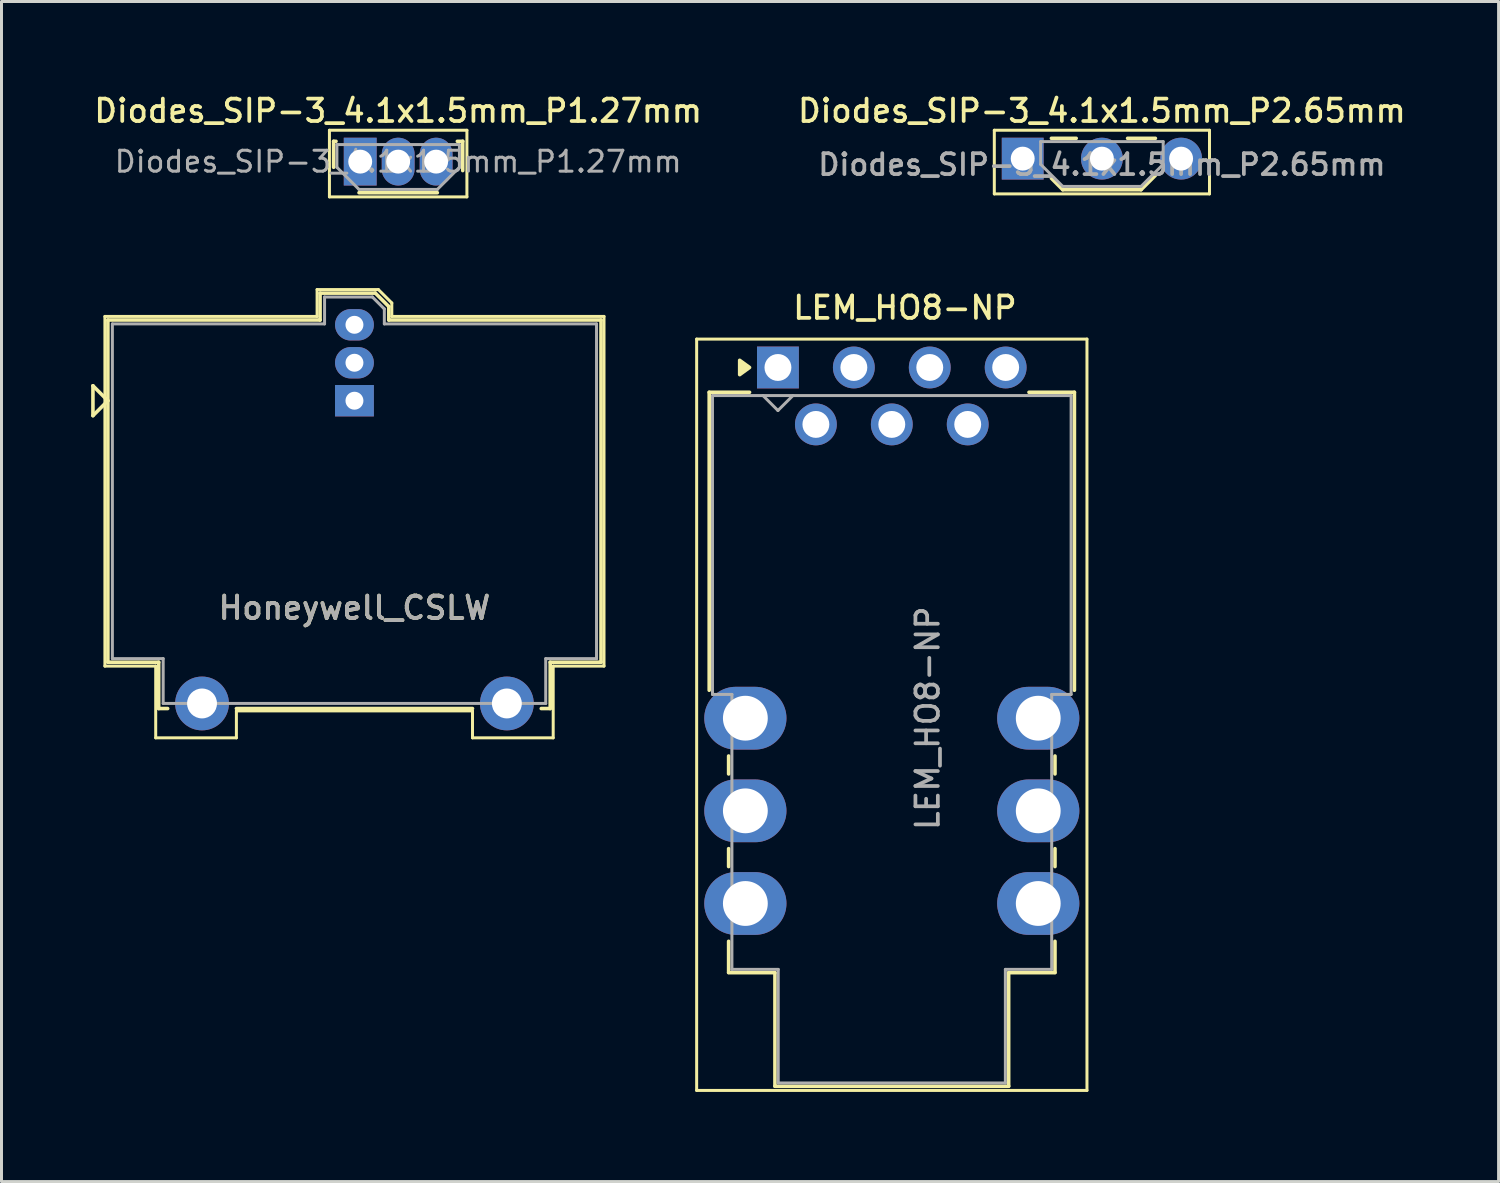
<source format=kicad_pcb>
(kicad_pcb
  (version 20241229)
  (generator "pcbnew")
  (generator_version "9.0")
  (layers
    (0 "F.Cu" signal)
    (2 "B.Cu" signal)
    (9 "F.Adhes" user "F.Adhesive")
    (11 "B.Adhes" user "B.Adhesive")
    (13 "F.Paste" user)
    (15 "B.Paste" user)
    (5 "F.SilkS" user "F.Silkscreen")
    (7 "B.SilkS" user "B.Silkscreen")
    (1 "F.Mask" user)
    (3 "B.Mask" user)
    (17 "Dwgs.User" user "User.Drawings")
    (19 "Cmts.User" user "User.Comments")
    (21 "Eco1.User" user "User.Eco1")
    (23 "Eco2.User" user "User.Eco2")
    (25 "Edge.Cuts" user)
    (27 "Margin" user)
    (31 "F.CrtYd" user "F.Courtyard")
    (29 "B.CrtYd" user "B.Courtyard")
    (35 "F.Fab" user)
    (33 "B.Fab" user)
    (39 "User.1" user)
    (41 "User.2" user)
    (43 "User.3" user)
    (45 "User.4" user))
  (footprint "Honeywell_CSLW"
    (layer "F.Cu")
    (at 8.81 10.358)
    (property "Reference" "Honeywell_CSLW" (at 0 6.93 0) (layer "F.SilkS") (effects (font (size 0.75 0.75) (thickness 0.125))))
    (attr through_hole)
    (fp_line (start -8.75 0.5) (end -8.75 -0.5) (stroke (width 0.12) (type solid)) (layer "F.SilkS"))
    (fp_line (start -8.35 -2.82) (end -8.35 8.88) (stroke (width 0.1) (type solid)) (layer "F.SilkS"))
    (fp_line (start -8.35 8.88) (end -6.65 8.88) (stroke (width 0.1) (type solid)) (layer "F.SilkS"))
    (fp_line (start -8.25 -2.7) (end -8.25 8.75) (stroke (width 0.12) (type solid)) (layer "F.SilkS"))
    (fp_line (start -8.25 -2.7) (end -1.15 -2.7) (stroke (width 0.12) (type solid)) (layer "F.SilkS"))
    (fp_line (start -8.25 0) (end -8.75 -0.5) (stroke (width 0.12) (type solid)) (layer "F.SilkS"))
    (fp_line (start -8.25 0) (end -8.75 0.5) (stroke (width 0.12) (type solid)) (layer "F.SilkS"))
    (fp_line (start -8.25 8.75) (end -6.55 8.75) (stroke (width 0.12) (type solid)) (layer "F.SilkS"))
    (fp_line (start -6.65 8.88) (end -6.65 11.28) (stroke (width 0.1) (type solid)) (layer "F.SilkS"))
    (fp_line (start -6.65 11.28) (end -3.95 11.28) (stroke (width 0.1) (type solid)) (layer "F.SilkS"))
    (fp_line (start -6.55 8.75) (end -6.55 10.3) (stroke (width 0.12) (type solid)) (layer "F.SilkS"))
    (fp_line (start -6.25 10.3) (end -6.55 10.3) (stroke (width 0.12) (type solid)) (layer "F.SilkS"))
    (fp_line (start -3.95 10.38) (end 3.95 10.38) (stroke (width 0.1) (type solid)) (layer "F.SilkS"))
    (fp_line (start -3.95 11.28) (end -3.95 10.38) (stroke (width 0.1) (type solid)) (layer "F.SilkS"))
    (fp_line (start -1.25 -3.72) (end -1.25 -2.82) (stroke (width 0.1) (type solid)) (layer "F.SilkS"))
    (fp_line (start -1.25 -2.82) (end -8.35 -2.82) (stroke (width 0.1) (type solid)) (layer "F.SilkS"))
    (fp_line (start -1.15 -3.6) (end 0.7 -3.6) (stroke (width 0.12) (type solid)) (layer "F.SilkS"))
    (fp_line (start -1.15 -2.7) (end -1.15 -3.6) (stroke (width 0.12) (type solid)) (layer "F.SilkS"))
    (fp_line (start 0.7 -3.6) (end 1.15 -3.15) (stroke (width 0.12) (type solid)) (layer "F.SilkS"))
    (fp_line (start 0.8 -3.72) (end -1.25 -3.72) (stroke (width 0.1) (type solid)) (layer "F.SilkS"))
    (fp_line (start 1.15 -3.15) (end 1.15 -2.7) (stroke (width 0.12) (type solid)) (layer "F.SilkS"))
    (fp_line (start 1.15 -2.7) (end 8.25 -2.7) (stroke (width 0.12) (type solid)) (layer "F.SilkS"))
    (fp_line (start 1.25 -3.27) (end 0.8 -3.72) (stroke (width 0.1) (type solid)) (layer "F.SilkS"))
    (fp_line (start 1.25 -2.82) (end 1.25 -3.27) (stroke (width 0.1) (type solid)) (layer "F.SilkS"))
    (fp_line (start 3.95 10.3) (end -3.95 10.3) (stroke (width 0.12) (type solid)) (layer "F.SilkS"))
    (fp_line (start 3.95 10.38) (end 3.95 11.28) (stroke (width 0.1) (type solid)) (layer "F.SilkS"))
    (fp_line (start 3.95 11.28) (end 6.65 11.28) (stroke (width 0.1) (type solid)) (layer "F.SilkS"))
    (fp_line (start 6.25 10.3) (end 6.55 10.3) (stroke (width 0.12) (type solid)) (layer "F.SilkS"))
    (fp_line (start 6.55 8.75) (end 6.55 10.3) (stroke (width 0.12) (type solid)) (layer "F.SilkS"))
    (fp_line (start 6.65 8.88) (end 8.35 8.88) (stroke (width 0.1) (type solid)) (layer "F.SilkS"))
    (fp_line (start 6.65 11.28) (end 6.65 8.88) (stroke (width 0.1) (type solid)) (layer "F.SilkS"))
    (fp_line (start 8.25 -2.7) (end 8.25 8.75) (stroke (width 0.12) (type solid)) (layer "F.SilkS"))
    (fp_line (start 8.25 8.75) (end 6.55 8.75) (stroke (width 0.12) (type solid)) (layer "F.SilkS"))
    (fp_line (start 8.35 -2.82) (end 1.25 -2.82) (stroke (width 0.1) (type solid)) (layer "F.SilkS"))
    (fp_line (start 8.35 8.88) (end 8.35 -2.82) (stroke (width 0.1) (type solid)) (layer "F.SilkS"))
    (fp_line (start -8.1 -2.57) (end -8.1 8.63) (stroke (width 0.1) (type solid)) (layer "F.Fab"))
    (fp_line (start -8.1 8.63) (end -6.4 8.63) (stroke (width 0.1) (type solid)) (layer "F.Fab"))
    (fp_line (start -6.4 8.63) (end -6.4 10.13) (stroke (width 0.1) (type solid)) (layer "F.Fab"))
    (fp_line (start -6.4 10.13) (end 6.4 10.13) (stroke (width 0.1) (type solid)) (layer "F.Fab"))
    (fp_line (start -1 -3.47) (end -1 -2.57) (stroke (width 0.1) (type solid)) (layer "F.Fab"))
    (fp_line (start -1 -2.57) (end -8.1 -2.57) (stroke (width 0.1) (type solid)) (layer "F.Fab"))
    (fp_line (start 0.6 -3.47) (end -1 -3.47) (stroke (width 0.1) (type solid)) (layer "F.Fab"))
    (fp_line (start 1 -3.07) (end 0.6 -3.47) (stroke (width 0.1) (type solid)) (layer "F.Fab"))
    (fp_line (start 1 -2.57) (end 1 -3.07) (stroke (width 0.1) (type solid)) (layer "F.Fab"))
    (fp_line (start 6.4 8.63) (end 8.1 8.63) (stroke (width 0.1) (type solid)) (layer "F.Fab"))
    (fp_line (start 6.4 10.13) (end 6.4 8.63) (stroke (width 0.1) (type solid)) (layer "F.Fab"))
    (fp_line (start 8.1 -2.57) (end 1 -2.57) (stroke (width 0.1) (type solid)) (layer "F.Fab"))
    (fp_line (start 8.1 8.63) (end 8.1 -2.57) (stroke (width 0.1) (type solid)) (layer "F.Fab"))
    (fp_text user "${REFERENCE}" (at 0 6.93 0) (layer "F.Fab") (effects (font (size 0.75 0.75) (thickness 0.125))))
    (pad "1" thru_hole rect (at 0 0) (size 1.3 1.05) (drill 0.6) (layers "*.Cu" "*.Mask"))
    (pad "2" thru_hole oval (at 0 -1.27) (size 1.3 1.05) (drill 0.6) (layers "*.Cu" "*.Mask"))
    (pad "3" thru_hole oval (at 0 -2.54) (size 1.3 1.05) (drill 0.6) (layers "*.Cu" "*.Mask"))
    (pad "4" thru_hole circle (at -5.1 10.13) (size 1.8 1.8) (drill 1) (layers "*.Cu" "*.Mask"))
    (pad "5" thru_hole circle (at 5.1 10.13) (size 1.8 1.8) (drill 1) (layers "*.Cu" "*.Mask")))
  (footprint "Diodes_SIP-3_4.1x1.5mm_P2.65mm"
    (layer "F.Cu")
    (at 31.17 2.258)
    (property "Reference" "Diodes_SIP-3_4.1x1.5mm_P2.65mm" (at 2.65 -1.6 0) (layer "F.SilkS") (effects (font (size 0.75 0.75) (thickness 0.125))))
    (attr through_hole)
    (fp_line (start -0.95 -0.95) (end -0.95 1.18) (stroke (width 0.1) (type solid)) (layer "F.SilkS"))
    (fp_line (start -0.95 -0.95) (end 6.25 -0.95) (stroke (width 0.1) (type solid)) (layer "F.SilkS"))
    (fp_line (start -0.95 1.18) (end 6.25 1.18) (stroke (width 0.1) (type solid)) (layer "F.SilkS"))
    (fp_line (start 0.96 -0.68) (end 1.79 -0.68) (stroke (width 0.12) (type solid)) (layer "F.SilkS"))
    (fp_line (start 0.96 0.658) (end 1.34 1.04) (stroke (width 0.12) (type solid)) (layer "F.SilkS"))
    (fp_line (start 1.34 1.04) (end 3.96 1.04) (stroke (width 0.12) (type solid)) (layer "F.SilkS"))
    (fp_line (start 3.51 -0.68) (end 4.44 -0.68) (stroke (width 0.12) (type solid)) (layer "F.SilkS"))
    (fp_line (start 4.44 0.56) (end 3.96 1.04) (stroke (width 0.12) (type solid)) (layer "F.SilkS"))
    (fp_line (start 6.25 -0.95) (end 6.25 1.18) (stroke (width 0.1) (type solid)) (layer "F.SilkS"))
    (fp_line (start 0.6 -0.57) (end 0.6 0.19) (stroke (width 0.1) (type solid)) (layer "F.Fab"))
    (fp_line (start 0.6 -0.57) (end 4.7 -0.57) (stroke (width 0.1) (type solid)) (layer "F.Fab"))
    (fp_line (start 0.6 0.19) (end 1.34 0.93) (stroke (width 0.1) (type solid)) (layer "F.Fab"))
    (fp_line (start 1.34 0.93) (end 3.96 0.93) (stroke (width 0.1) (type solid)) (layer "F.Fab"))
    (fp_line (start 4.7 -0.57) (end 4.7 0.19) (stroke (width 0.1) (type solid)) (layer "F.Fab"))
    (fp_line (start 4.7 0.19) (end 3.96 0.93) (stroke (width 0.1) (type solid)) (layer "F.Fab"))
    (fp_text user "${REFERENCE}" (at 2.65 0.2 0) (layer "F.Fab") (effects (font (size 0.7 0.7) (thickness 0.125))))
    (pad "1" thru_hole rect (at 0 0) (size 1.4 1.4) (drill 0.8) (layers "*.Cu" "*.Mask"))
    (pad "2" thru_hole circle (at 2.65 0) (size 1.4 1.4) (drill 0.8) (layers "*.Cu" "*.Mask"))
    (pad "3" thru_hole circle (at 5.3 0) (size 1.4 1.4) (drill 0.8) (layers "*.Cu" "*.Mask")))
  (footprint "Diodes_SIP-3_4.1x1.5mm_P1.27mm"
    (layer "F.Cu")
    (at 9.003 2.358)
    (property "Reference" "Diodes_SIP-3_4.1x1.5mm_P1.27mm" (at 1.27 -1.7 0) (layer "F.SilkS") (effects (font (size 0.75 0.75) (thickness 0.125))))
    (attr through_hole)
    (fp_line (start -1.03 -1.05) (end -1.03 1.18) (stroke (width 0.1) (type solid)) (layer "F.SilkS"))
    (fp_line (start -1.03 1.18) (end 3.57 1.18) (stroke (width 0.1) (type solid)) (layer "F.SilkS"))
    (fp_line (start -0.89 -0.68) (end -0.89 0.19) (stroke (width 0.12) (type solid)) (layer "F.SilkS"))
    (fp_line (start -0.81 -0.68) (end -0.89 -0.68) (stroke (width 0.12) (type solid)) (layer "F.SilkS"))
    (fp_line (start -0.04 1.04) (end 2.58 1.04) (stroke (width 0.12) (type solid)) (layer "F.SilkS"))
    (fp_line (start 3.25 -0.68) (end 3.43 -0.68) (stroke (width 0.12) (type solid)) (layer "F.SilkS"))
    (fp_line (start 3.43 -0.68) (end 3.43 0.3) (stroke (width 0.12) (type solid)) (layer "F.SilkS"))
    (fp_line (start 3.57 -1.05) (end -1.03 -1.05) (stroke (width 0.1) (type solid)) (layer "F.SilkS"))
    (fp_line (start 3.57 -1.05) (end 3.57 1.18) (stroke (width 0.1) (type solid)) (layer "F.SilkS"))
    (fp_line (start -0.78 -0.57) (end -0.78 0.19) (stroke (width 0.1) (type solid)) (layer "F.Fab"))
    (fp_line (start -0.78 -0.57) (end 3.32 -0.57) (stroke (width 0.1) (type solid)) (layer "F.Fab"))
    (fp_line (start -0.78 0.19) (end -0.04 0.93) (stroke (width 0.1) (type solid)) (layer "F.Fab"))
    (fp_line (start -0.04 0.93) (end 2.58 0.93) (stroke (width 0.1) (type solid)) (layer "F.Fab"))
    (fp_line (start 3.32 -0.57) (end 3.32 0.19) (stroke (width 0.1) (type solid)) (layer "F.Fab"))
    (fp_line (start 3.32 0.19) (end 2.58 0.93) (stroke (width 0.1) (type solid)) (layer "F.Fab"))
    (fp_text user "${REFERENCE}" (at 1.27 0 0) (layer "F.Fab") (effects (font (size 0.7 0.7) (thickness 0.1))))
    (pad "1" thru_hole rect (at 0 0) (size 1.1 1.6) (drill 0.8) (layers "*.Cu" "*.Mask"))
    (pad "2" thru_hole oval (at 1.27 0) (size 1.1 1.6) (drill 0.8) (layers "*.Cu" "*.Mask"))
    (pad "3" thru_hole oval (at 2.54 0) (size 1.1 1.6) (drill 0.8) (layers "*.Cu" "*.Mask")))
  (footprint "LEM_HO8-NP"
    (layer "F.Cu")
    (at 22.98 9.246)
    (property "Reference" "LEM_HO8-NP" (at 4.25 -2 180) (layer "F.SilkS") (effects (font (size 0.75 0.75) (thickness 0.125))))
    (attr through_hole)
    (fp_line (start -2.72 -0.95) (end -2.72 24.19) (stroke (width 0.1) (type solid)) (layer "F.SilkS"))
    (fp_line (start -2.72 24.19) (end 10.34 24.19) (stroke (width 0.1) (type solid)) (layer "F.SilkS"))
    (fp_line (start -2.3 0.83) (end -2.3 10.8) (stroke (width 0.12) (type solid)) (layer "F.SilkS"))
    (fp_line (start -2.3 0.83) (end -0.95 0.83) (stroke (width 0.12) (type solid)) (layer "F.SilkS"))
    (fp_line (start -1.65 13) (end -1.65 13.6) (stroke (width 0.12) (type solid)) (layer "F.SilkS"))
    (fp_line (start -1.65 16.1) (end -1.65 16.7) (stroke (width 0.12) (type solid)) (layer "F.SilkS"))
    (fp_line (start -1.65 19.2) (end -1.65 20.24) (stroke (width 0.12) (type solid)) (layer "F.SilkS"))
    (fp_line (start -1.65 20.25) (end -0.1 20.25) (stroke (width 0.12) (type solid)) (layer "F.SilkS"))
    (fp_line (start -0.1 20.25) (end -0.1 24.05) (stroke (width 0.12) (type solid)) (layer "F.SilkS"))
    (fp_line (start -0.1 24.05) (end 7.72 24.05) (stroke (width 0.12) (type solid)) (layer "F.SilkS"))
    (fp_line (start 7.72 20.25) (end 9.27 20.25) (stroke (width 0.12) (type solid)) (layer "F.SilkS"))
    (fp_line (start 7.72 24.05) (end 7.72 20.25) (stroke (width 0.12) (type solid)) (layer "F.SilkS"))
    (fp_line (start 9.27 13) (end 9.27 13.6) (stroke (width 0.12) (type solid)) (layer "F.SilkS"))
    (fp_line (start 9.27 16.1) (end 9.27 16.7) (stroke (width 0.12) (type solid)) (layer "F.SilkS"))
    (fp_line (start 9.27 19.2) (end 9.27 20.24) (stroke (width 0.12) (type solid)) (layer "F.SilkS"))
    (fp_line (start 9.92 0.83) (end 8.4 0.83) (stroke (width 0.12) (type solid)) (layer "F.SilkS"))
    (fp_line (start 9.92 10.8) (end 9.92 0.83) (stroke (width 0.12) (type solid)) (layer "F.SilkS"))
    (fp_line (start 10.34 -0.95) (end -2.72 -0.95) (stroke (width 0.1) (type solid)) (layer "F.SilkS"))
    (fp_line (start 10.34 24.19) (end 10.34 -0.95) (stroke (width 0.1) (type solid)) (layer "F.SilkS"))
    (fp_poly (pts (xy -0.95 0) (xy -1.28 0.24) (xy -1.28 -0.24) (xy -0.95 0)) (stroke (width 0.12) (type solid)) (fill yes) (layer "F.SilkS"))
    (fp_line (start -2.19 10.94) (end -2.19 0.94) (stroke (width 0.1) (type solid)) (layer "F.Fab"))
    (fp_line (start -2.19 10.94) (end -1.54 10.94) (stroke (width 0.1) (type solid)) (layer "F.Fab"))
    (fp_line (start -1.54 10.94) (end -1.54 20.14) (stroke (width 0.1) (type solid)) (layer "F.Fab"))
    (fp_line (start -0.5 0.94) (end 0 1.44) (stroke (width 0.1) (type solid)) (layer "F.Fab"))
    (fp_line (start 0 1.44) (end 0.5 0.94) (stroke (width 0.1) (type solid)) (layer "F.Fab"))
    (fp_line (start 0.01 20.14) (end -1.54 20.14) (stroke (width 0.1) (type solid)) (layer "F.Fab"))
    (fp_line (start 0.01 23.94) (end 0.01 20.14) (stroke (width 0.1) (type solid)) (layer "F.Fab"))
    (fp_line (start 0.01 23.94) (end 7.61 23.94) (stroke (width 0.1) (type solid)) (layer "F.Fab"))
    (fp_line (start 7.61 20.14) (end 9.16 20.14) (stroke (width 0.1) (type solid)) (layer "F.Fab"))
    (fp_line (start 7.61 23.94) (end 7.61 20.14) (stroke (width 0.1) (type solid)) (layer "F.Fab"))
    (fp_line (start 9.16 10.94) (end 9.16 20.14) (stroke (width 0.1) (type solid)) (layer "F.Fab"))
    (fp_line (start 9.81 0.94) (end -2.19 0.94) (stroke (width 0.1) (type solid)) (layer "F.Fab"))
    (fp_line (start 9.81 0.94) (end 9.81 10.94) (stroke (width 0.1) (type solid)) (layer "F.Fab"))
    (fp_line (start 9.81 10.94) (end 9.16 10.94) (stroke (width 0.1) (type solid)) (layer "F.Fab"))
    (fp_text user "${REFERENCE}" (at 5.01 11.735 270) (layer "F.Fab") (effects (font (size 0.75 0.75) (thickness 0.125))))
    (pad "1" thru_hole rect (at 0 0) (size 1.4 1.4) (drill 0.9) (layers "*.Cu" "*.Mask"))
    (pad "2" thru_hole circle (at 1.27 1.905) (size 1.4 1.4) (drill 0.9) (layers "*.Cu" "*.Mask"))
    (pad "3" thru_hole circle (at 2.54 0) (size 1.4 1.4) (drill 0.9) (layers "*.Cu" "*.Mask"))
    (pad "4" thru_hole circle (at 3.81 1.905) (size 1.4 1.4) (drill 0.9) (layers "*.Cu" "*.Mask"))
    (pad "5" thru_hole circle (at 5.08 0) (size 1.4 1.4) (drill 0.9) (layers "*.Cu" "*.Mask"))
    (pad "6" thru_hole circle (at 6.35 1.905) (size 1.4 1.4) (drill 0.9) (layers "*.Cu" "*.Mask"))
    (pad "7" thru_hole circle (at 7.62 0) (size 1.4 1.4) (drill 0.9) (layers "*.Cu" "*.Mask"))
    (pad "8" thru_hole oval (at 8.71 11.735) (size 2.75 2.1) (drill 1.5) (layers "*.Cu" "*.Mask"))
    (pad "9" thru_hole oval (at 8.71 14.835) (size 2.75 2.1) (drill 1.5) (layers "*.Cu" "*.Mask"))
    (pad "10" thru_hole oval (at 8.71 17.935) (size 2.75 2.1) (drill 1.5) (layers "*.Cu" "*.Mask"))
    (pad "11" thru_hole oval (at -1.09 17.935) (size 2.75 2.1) (drill 1.5) (layers "*.Cu" "*.Mask"))
    (pad "12" thru_hole oval (at -1.09 14.835) (size 2.75 2.1) (drill 1.5) (layers "*.Cu" "*.Mask"))
    (pad "13" thru_hole oval (at -1.09 11.735) (size 2.75 2.1) (drill 1.5) (layers "*.Cu" "*.Mask")))
  (gr_rect
    (start -3 -3)
    (end 47.093 36.486)
    (stroke (width 0.1) (type default))
    (fill no)
    (layer "Edge.Cuts")))
</source>
